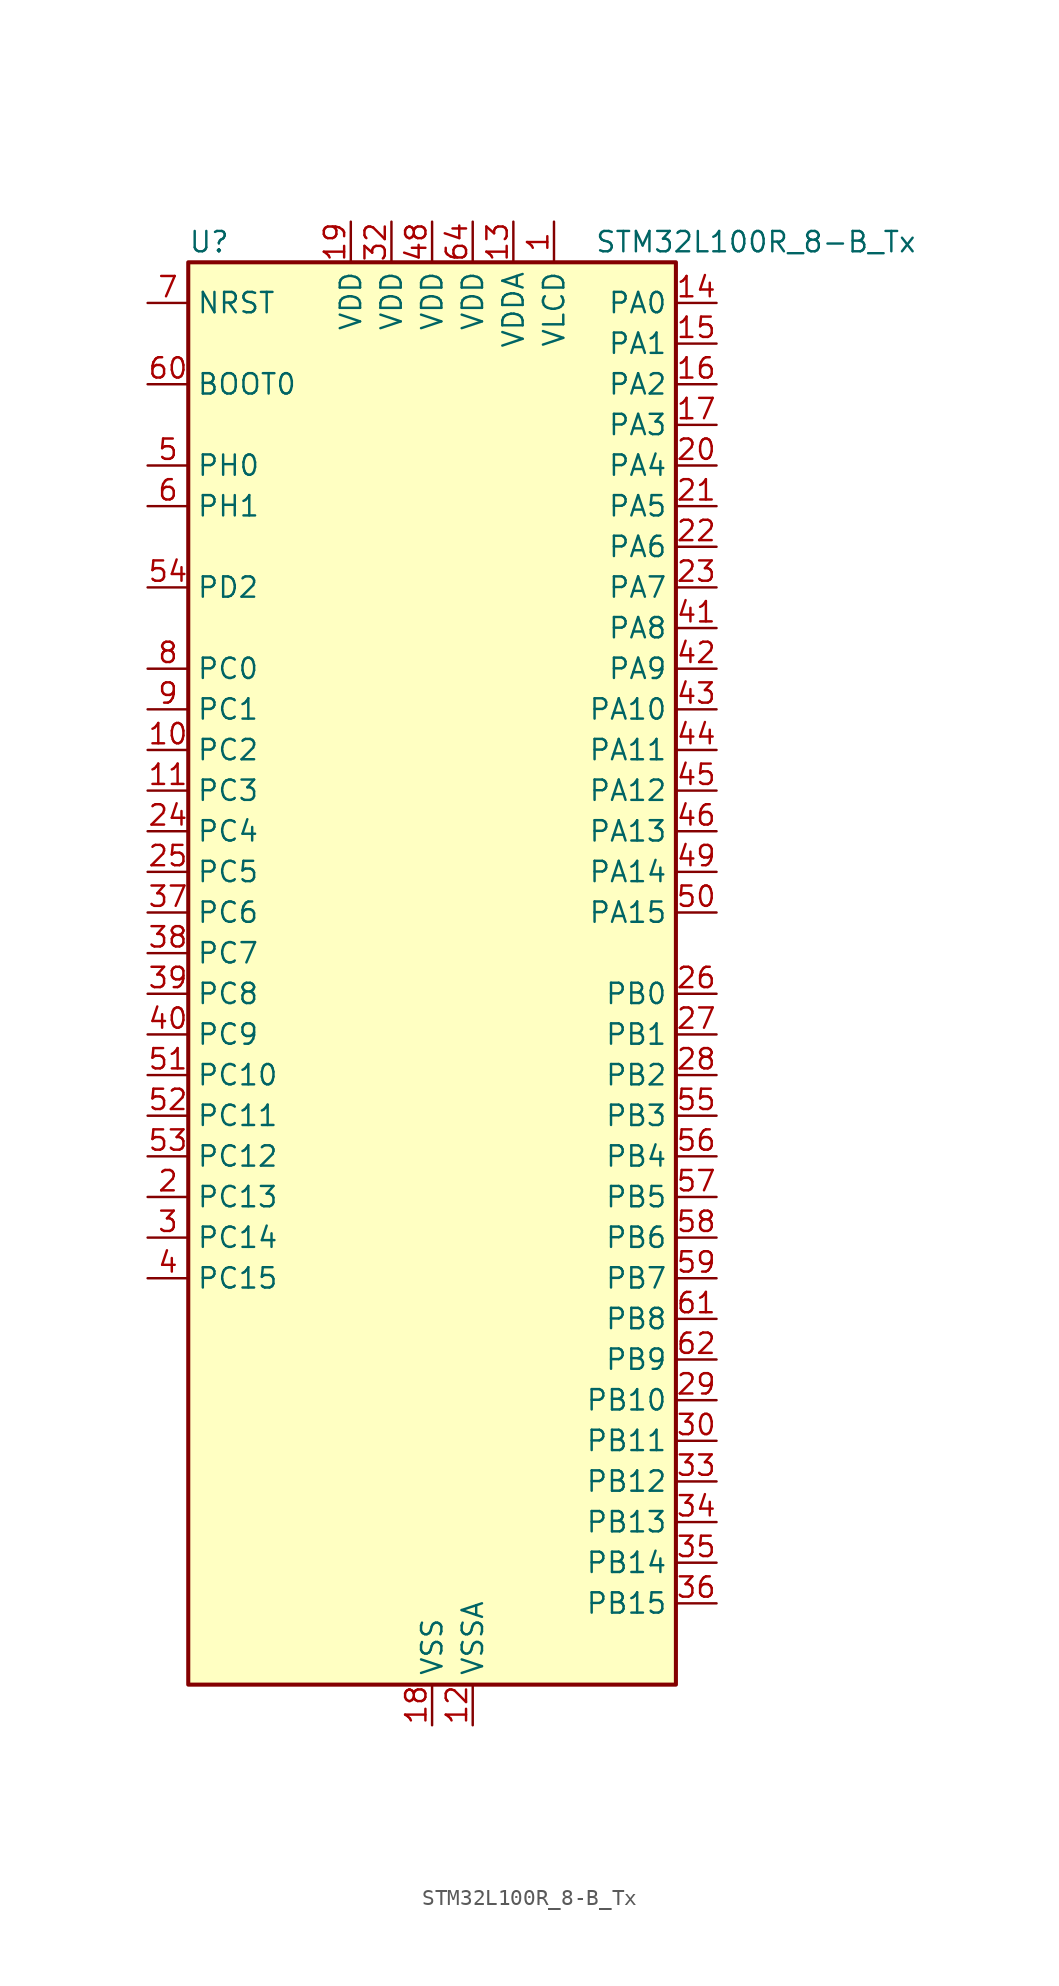
<source format=kicad_sym>
(kicad_symbol_lib
  (version 20220914)
  (generator kicad_symbol_editor)
  (symbol "STM32L100R_8-B_Tx"
    (property "Reference" "U"
      (at -15.24 46.99 0)
      (effects (font (size 1.27 1.27)) (justify left)))
    (property "Value" "STM32L100R_8-B_Tx"
      (at 10.16 46.99 0)
      (effects (font (size 1.27 1.27)) (justify left)))
    (property "ki_locked" ""
      (at 0 0 0)
      (effects (font (size 1.27 1.27))))
    (symbol "STM32L100R_8-B_Tx_0_1"
      (rectangle (start -15.24 -43.18) (end 15.24 45.72) (stroke (width 0.254) (type default)) (fill (type background))))
    (symbol "STM32L100R_8-B_Tx_1_1"
      (pin power_in line (at 7.62 48.26 270) (length 2.54) (name "VLCD" (effects (font (size 1.27 1.27)))) (number "1" (effects (font (size 1.27 1.27)))))
      (pin bidirectional line (at -17.78 15.24 0) (length 2.54) (name "PC2" (effects (font (size 1.27 1.27)))) (number "10" (effects (font (size 1.27 1.27)))) (alternate "ADC_IN12" bidirectional line) (alternate "COMP1_INP" bidirectional line) (alternate "LCD_SEG20" bidirectional line) (alternate "TIMX_IC3" bidirectional line))
      (pin bidirectional line (at -17.78 12.7 0) (length 2.54) (name "PC3" (effects (font (size 1.27 1.27)))) (number "11" (effects (font (size 1.27 1.27)))) (alternate "ADC_IN13" bidirectional line) (alternate "COMP1_INP" bidirectional line) (alternate "LCD_SEG21" bidirectional line) (alternate "TIMX_IC4" bidirectional line))
      (pin power_in line (at 2.54 -45.72 90) (length 2.54) (name "VSSA" (effects (font (size 1.27 1.27)))) (number "12" (effects (font (size 1.27 1.27)))))
      (pin power_in line (at 5.08 48.26 270) (length 2.54) (name "VDDA" (effects (font (size 1.27 1.27)))) (number "13" (effects (font (size 1.27 1.27)))))
      (pin bidirectional line (at 17.78 43.18 180) (length 2.54) (name "PA0" (effects (font (size 1.27 1.27)))) (number "14" (effects (font (size 1.27 1.27)))) (alternate "ADC_IN0" bidirectional line) (alternate "COMP1_INP" bidirectional line) (alternate "SYS_WKUP1" bidirectional line) (alternate "TIM2_CH1" bidirectional line) (alternate "TIM2_ETR" bidirectional line) (alternate "TIMX_IC1" bidirectional line) (alternate "USART2_CTS" bidirectional line))
      (pin bidirectional line (at 17.78 40.64 180) (length 2.54) (name "PA1" (effects (font (size 1.27 1.27)))) (number "15" (effects (font (size 1.27 1.27)))) (alternate "ADC_IN1" bidirectional line) (alternate "COMP1_INP" bidirectional line) (alternate "LCD_SEG0" bidirectional line) (alternate "TIM2_CH2" bidirectional line) (alternate "TIMX_IC2" bidirectional line) (alternate "USART2_RTS" bidirectional line))
      (pin bidirectional line (at 17.78 38.1 180) (length 2.54) (name "PA2" (effects (font (size 1.27 1.27)))) (number "16" (effects (font (size 1.27 1.27)))) (alternate "ADC_IN2" bidirectional line) (alternate "COMP1_INP" bidirectional line) (alternate "LCD_SEG1" bidirectional line) (alternate "TIM2_CH3" bidirectional line) (alternate "TIM9_CH1" bidirectional line) (alternate "TIMX_IC3" bidirectional line) (alternate "USART2_TX" bidirectional line))
      (pin bidirectional line (at 17.78 35.56 180) (length 2.54) (name "PA3" (effects (font (size 1.27 1.27)))) (number "17" (effects (font (size 1.27 1.27)))) (alternate "ADC_IN3" bidirectional line) (alternate "COMP1_INP" bidirectional line) (alternate "LCD_SEG2" bidirectional line) (alternate "TIM2_CH4" bidirectional line) (alternate "TIM9_CH2" bidirectional line) (alternate "TIMX_IC4" bidirectional line) (alternate "USART2_RX" bidirectional line))
      (pin power_in line (at 0 -45.72 90) (length 2.54) (name "VSS" (effects (font (size 1.27 1.27)))) (number "18" (effects (font (size 1.27 1.27)))))
      (pin power_in line (at -5.08 48.26 270) (length 2.54) (name "VDD" (effects (font (size 1.27 1.27)))) (number "19" (effects (font (size 1.27 1.27)))))
      (pin bidirectional line (at -17.78 -12.7 0) (length 2.54) (name "PC13" (effects (font (size 1.27 1.27)))) (number "2" (effects (font (size 1.27 1.27)))) (alternate "RTC_OUT_ALARM" bidirectional line) (alternate "RTC_OUT_CALIB" bidirectional line) (alternate "RTC_TAMP1" bidirectional line) (alternate "RTC_TS" bidirectional line) (alternate "SYS_WKUP2" bidirectional line) (alternate "TIMX_IC2" bidirectional line))
      (pin bidirectional line (at 17.78 33.02 180) (length 2.54) (name "PA4" (effects (font (size 1.27 1.27)))) (number "20" (effects (font (size 1.27 1.27)))) (alternate "ADC_IN4" bidirectional line) (alternate "COMP1_INP" bidirectional line) (alternate "DAC_OUT1" bidirectional line) (alternate "SPI1_NSS" bidirectional line) (alternate "TIMX_IC1" bidirectional line) (alternate "USART2_CK" bidirectional line))
      (pin bidirectional line (at 17.78 30.48 180) (length 2.54) (name "PA5" (effects (font (size 1.27 1.27)))) (number "21" (effects (font (size 1.27 1.27)))) (alternate "ADC_IN5" bidirectional line) (alternate "COMP1_INP" bidirectional line) (alternate "DAC_OUT2" bidirectional line) (alternate "SPI1_SCK" bidirectional line) (alternate "TIM2_CH1" bidirectional line) (alternate "TIM2_ETR" bidirectional line) (alternate "TIMX_IC2" bidirectional line))
      (pin bidirectional line (at 17.78 27.94 180) (length 2.54) (name "PA6" (effects (font (size 1.27 1.27)))) (number "22" (effects (font (size 1.27 1.27)))) (alternate "ADC_IN6" bidirectional line) (alternate "COMP1_INP" bidirectional line) (alternate "LCD_SEG3" bidirectional line) (alternate "SPI1_MISO" bidirectional line) (alternate "TIM10_CH1" bidirectional line) (alternate "TIM3_CH1" bidirectional line) (alternate "TIMX_IC3" bidirectional line))
      (pin bidirectional line (at 17.78 25.4 180) (length 2.54) (name "PA7" (effects (font (size 1.27 1.27)))) (number "23" (effects (font (size 1.27 1.27)))) (alternate "ADC_IN7" bidirectional line) (alternate "COMP1_INP" bidirectional line) (alternate "LCD_SEG4" bidirectional line) (alternate "SPI1_MOSI" bidirectional line) (alternate "TIM11_CH1" bidirectional line) (alternate "TIM3_CH2" bidirectional line) (alternate "TIMX_IC4" bidirectional line))
      (pin bidirectional line (at -17.78 10.16 0) (length 2.54) (name "PC4" (effects (font (size 1.27 1.27)))) (number "24" (effects (font (size 1.27 1.27)))) (alternate "ADC_IN14" bidirectional line) (alternate "COMP1_INP" bidirectional line) (alternate "LCD_SEG22" bidirectional line) (alternate "TIMX_IC1" bidirectional line))
      (pin bidirectional line (at -17.78 7.62 0) (length 2.54) (name "PC5" (effects (font (size 1.27 1.27)))) (number "25" (effects (font (size 1.27 1.27)))) (alternate "ADC_IN15" bidirectional line) (alternate "COMP1_INP" bidirectional line) (alternate "LCD_SEG23" bidirectional line) (alternate "TIMX_IC2" bidirectional line))
      (pin bidirectional line (at 17.78 0 180) (length 2.54) (name "PB0" (effects (font (size 1.27 1.27)))) (number "26" (effects (font (size 1.27 1.27)))) (alternate "ADC_IN8" bidirectional line) (alternate "COMP1_INP" bidirectional line) (alternate "LCD_SEG5" bidirectional line) (alternate "SYS_V_REF_OUT" bidirectional line) (alternate "TIM3_CH3" bidirectional line))
      (pin bidirectional line (at 17.78 -2.54 180) (length 2.54) (name "PB1" (effects (font (size 1.27 1.27)))) (number "27" (effects (font (size 1.27 1.27)))) (alternate "ADC_IN9" bidirectional line) (alternate "COMP1_INP" bidirectional line) (alternate "LCD_SEG6" bidirectional line) (alternate "SYS_V_REF_OUT" bidirectional line) (alternate "TIM3_CH4" bidirectional line))
      (pin bidirectional line (at 17.78 -5.08 180) (length 2.54) (name "PB2" (effects (font (size 1.27 1.27)))) (number "28" (effects (font (size 1.27 1.27)))))
      (pin bidirectional line (at 17.78 -25.4 180) (length 2.54) (name "PB10" (effects (font (size 1.27 1.27)))) (number "29" (effects (font (size 1.27 1.27)))) (alternate "I2C2_SCL" bidirectional line) (alternate "LCD_SEG10" bidirectional line) (alternate "TIM2_CH3" bidirectional line) (alternate "USART3_TX" bidirectional line))
      (pin bidirectional line (at -17.78 -15.24 0) (length 2.54) (name "PC14" (effects (font (size 1.27 1.27)))) (number "3" (effects (font (size 1.27 1.27)))) (alternate "RCC_OSC32_IN" bidirectional line) (alternate "TIMX_IC3" bidirectional line))
      (pin bidirectional line (at 17.78 -27.94 180) (length 2.54) (name "PB11" (effects (font (size 1.27 1.27)))) (number "30" (effects (font (size 1.27 1.27)))) (alternate "ADC_EXTI11" bidirectional line) (alternate "I2C2_SDA" bidirectional line) (alternate "LCD_SEG11" bidirectional line) (alternate "TIM2_CH4" bidirectional line) (alternate "USART3_RX" bidirectional line))
      (pin passive line (at 0 -45.72 90) (length 2.54) hide (name "VSS" (effects (font (size 1.27 1.27)))) (number "31" (effects (font (size 1.27 1.27)))))
      (pin power_in line (at -2.54 48.26 270) (length 2.54) (name "VDD" (effects (font (size 1.27 1.27)))) (number "32" (effects (font (size 1.27 1.27)))))
      (pin bidirectional line (at 17.78 -30.48 180) (length 2.54) (name "PB12" (effects (font (size 1.27 1.27)))) (number "33" (effects (font (size 1.27 1.27)))) (alternate "ADC_IN18" bidirectional line) (alternate "COMP1_INP" bidirectional line) (alternate "I2C2_SMBA" bidirectional line) (alternate "LCD_SEG12" bidirectional line) (alternate "SPI2_NSS" bidirectional line) (alternate "TIM10_CH1" bidirectional line) (alternate "USART3_CK" bidirectional line))
      (pin bidirectional line (at 17.78 -33.02 180) (length 2.54) (name "PB13" (effects (font (size 1.27 1.27)))) (number "34" (effects (font (size 1.27 1.27)))) (alternate "ADC_IN19" bidirectional line) (alternate "COMP1_INP" bidirectional line) (alternate "LCD_SEG13" bidirectional line) (alternate "SPI2_SCK" bidirectional line) (alternate "TIM9_CH1" bidirectional line) (alternate "USART3_CTS" bidirectional line))
      (pin bidirectional line (at 17.78 -35.56 180) (length 2.54) (name "PB14" (effects (font (size 1.27 1.27)))) (number "35" (effects (font (size 1.27 1.27)))) (alternate "ADC_IN20" bidirectional line) (alternate "COMP1_INP" bidirectional line) (alternate "LCD_SEG14" bidirectional line) (alternate "SPI2_MISO" bidirectional line) (alternate "TIM9_CH2" bidirectional line) (alternate "USART3_RTS" bidirectional line))
      (pin bidirectional line (at 17.78 -38.1 180) (length 2.54) (name "PB15" (effects (font (size 1.27 1.27)))) (number "36" (effects (font (size 1.27 1.27)))) (alternate "ADC_EXTI15" bidirectional line) (alternate "ADC_IN21" bidirectional line) (alternate "COMP1_INP" bidirectional line) (alternate "LCD_SEG15" bidirectional line) (alternate "RTC_REFIN" bidirectional line) (alternate "SPI2_MOSI" bidirectional line) (alternate "TIM11_CH1" bidirectional line))
      (pin bidirectional line (at -17.78 5.08 0) (length 2.54) (name "PC6" (effects (font (size 1.27 1.27)))) (number "37" (effects (font (size 1.27 1.27)))) (alternate "LCD_SEG24" bidirectional line) (alternate "TIM3_CH1" bidirectional line) (alternate "TIMX_IC3" bidirectional line))
      (pin bidirectional line (at -17.78 2.54 0) (length 2.54) (name "PC7" (effects (font (size 1.27 1.27)))) (number "38" (effects (font (size 1.27 1.27)))) (alternate "LCD_SEG25" bidirectional line) (alternate "TIM3_CH2" bidirectional line) (alternate "TIMX_IC4" bidirectional line))
      (pin bidirectional line (at -17.78 0 0) (length 2.54) (name "PC8" (effects (font (size 1.27 1.27)))) (number "39" (effects (font (size 1.27 1.27)))) (alternate "LCD_SEG26" bidirectional line) (alternate "TIM3_CH3" bidirectional line) (alternate "TIMX_IC1" bidirectional line))
      (pin bidirectional line (at -17.78 -17.78 0) (length 2.54) (name "PC15" (effects (font (size 1.27 1.27)))) (number "4" (effects (font (size 1.27 1.27)))) (alternate "ADC_EXTI15" bidirectional line) (alternate "RCC_OSC32_OUT" bidirectional line) (alternate "TIMX_IC4" bidirectional line))
      (pin bidirectional line (at -17.78 -2.54 0) (length 2.54) (name "PC9" (effects (font (size 1.27 1.27)))) (number "40" (effects (font (size 1.27 1.27)))) (alternate "DAC_EXTI9" bidirectional line) (alternate "LCD_SEG27" bidirectional line) (alternate "TIM3_CH4" bidirectional line) (alternate "TIMX_IC2" bidirectional line))
      (pin bidirectional line (at 17.78 22.86 180) (length 2.54) (name "PA8" (effects (font (size 1.27 1.27)))) (number "41" (effects (font (size 1.27 1.27)))) (alternate "LCD_COM0" bidirectional line) (alternate "RCC_MCO" bidirectional line) (alternate "TIMX_IC1" bidirectional line) (alternate "USART1_CK" bidirectional line))
      (pin bidirectional line (at 17.78 20.32 180) (length 2.54) (name "PA9" (effects (font (size 1.27 1.27)))) (number "42" (effects (font (size 1.27 1.27)))) (alternate "DAC_EXTI9" bidirectional line) (alternate "LCD_COM1" bidirectional line) (alternate "TIMX_IC2" bidirectional line) (alternate "USART1_TX" bidirectional line))
      (pin bidirectional line (at 17.78 17.78 180) (length 2.54) (name "PA10" (effects (font (size 1.27 1.27)))) (number "43" (effects (font (size 1.27 1.27)))) (alternate "LCD_COM2" bidirectional line) (alternate "TIMX_IC3" bidirectional line) (alternate "USART1_RX" bidirectional line))
      (pin bidirectional line (at 17.78 15.24 180) (length 2.54) (name "PA11" (effects (font (size 1.27 1.27)))) (number "44" (effects (font (size 1.27 1.27)))) (alternate "ADC_EXTI11" bidirectional line) (alternate "SPI1_MISO" bidirectional line) (alternate "TIMX_IC4" bidirectional line) (alternate "USART1_CTS" bidirectional line) (alternate "USB_DM" bidirectional line))
      (pin bidirectional line (at 17.78 12.7 180) (length 2.54) (name "PA12" (effects (font (size 1.27 1.27)))) (number "45" (effects (font (size 1.27 1.27)))) (alternate "SPI1_MOSI" bidirectional line) (alternate "TIMX_IC1" bidirectional line) (alternate "USART1_RTS" bidirectional line) (alternate "USB_DP" bidirectional line))
      (pin bidirectional line (at 17.78 10.16 180) (length 2.54) (name "PA13" (effects (font (size 1.27 1.27)))) (number "46" (effects (font (size 1.27 1.27)))) (alternate "SYS_JTMS-SWDIO" bidirectional line) (alternate "TIMX_IC2" bidirectional line))
      (pin passive line (at 0 -45.72 90) (length 2.54) hide (name "VSS" (effects (font (size 1.27 1.27)))) (number "47" (effects (font (size 1.27 1.27)))))
      (pin power_in line (at 0 48.26 270) (length 2.54) (name "VDD" (effects (font (size 1.27 1.27)))) (number "48" (effects (font (size 1.27 1.27)))))
      (pin bidirectional line (at 17.78 7.62 180) (length 2.54) (name "PA14" (effects (font (size 1.27 1.27)))) (number "49" (effects (font (size 1.27 1.27)))) (alternate "SYS_JTCK-SWCLK" bidirectional line) (alternate "TIMX_IC3" bidirectional line))
      (pin bidirectional line (at -17.78 33.02 0) (length 2.54) (name "PH0" (effects (font (size 1.27 1.27)))) (number "5" (effects (font (size 1.27 1.27)))) (alternate "RCC_OSC_IN" bidirectional line))
      (pin bidirectional line (at 17.78 5.08 180) (length 2.54) (name "PA15" (effects (font (size 1.27 1.27)))) (number "50" (effects (font (size 1.27 1.27)))) (alternate "ADC_EXTI15" bidirectional line) (alternate "LCD_SEG17" bidirectional line) (alternate "SPI1_NSS" bidirectional line) (alternate "SYS_JTDI" bidirectional line) (alternate "TIM2_CH1" bidirectional line) (alternate "TIM2_ETR" bidirectional line) (alternate "TIMX_IC4" bidirectional line))
      (pin bidirectional line (at -17.78 -5.08 0) (length 2.54) (name "PC10" (effects (font (size 1.27 1.27)))) (number "51" (effects (font (size 1.27 1.27)))) (alternate "LCD_COM4" bidirectional line) (alternate "LCD_SEG28" bidirectional line) (alternate "TIMX_IC3" bidirectional line) (alternate "USART3_TX" bidirectional line))
      (pin bidirectional line (at -17.78 -7.62 0) (length 2.54) (name "PC11" (effects (font (size 1.27 1.27)))) (number "52" (effects (font (size 1.27 1.27)))) (alternate "ADC_EXTI11" bidirectional line) (alternate "LCD_COM5" bidirectional line) (alternate "LCD_SEG29" bidirectional line) (alternate "TIMX_IC4" bidirectional line) (alternate "USART3_RX" bidirectional line))
      (pin bidirectional line (at -17.78 -10.16 0) (length 2.54) (name "PC12" (effects (font (size 1.27 1.27)))) (number "53" (effects (font (size 1.27 1.27)))) (alternate "LCD_COM6" bidirectional line) (alternate "LCD_SEG30" bidirectional line) (alternate "TIMX_IC1" bidirectional line) (alternate "USART3_CK" bidirectional line))
      (pin bidirectional line (at -17.78 25.4 0) (length 2.54) (name "PD2" (effects (font (size 1.27 1.27)))) (number "54" (effects (font (size 1.27 1.27)))) (alternate "LCD_COM7" bidirectional line) (alternate "LCD_SEG31" bidirectional line) (alternate "TIM3_ETR" bidirectional line) (alternate "TIMX_IC3" bidirectional line))
      (pin bidirectional line (at 17.78 -7.62 180) (length 2.54) (name "PB3" (effects (font (size 1.27 1.27)))) (number "55" (effects (font (size 1.27 1.27)))) (alternate "COMP2_INM" bidirectional line) (alternate "LCD_SEG7" bidirectional line) (alternate "SPI1_SCK" bidirectional line) (alternate "SYS_JTDO-TRACESWO" bidirectional line) (alternate "TIM2_CH2" bidirectional line))
      (pin bidirectional line (at 17.78 -10.16 180) (length 2.54) (name "PB4" (effects (font (size 1.27 1.27)))) (number "56" (effects (font (size 1.27 1.27)))) (alternate "COMP2_INP" bidirectional line) (alternate "LCD_SEG8" bidirectional line) (alternate "SPI1_MISO" bidirectional line) (alternate "SYS_JTRST" bidirectional line) (alternate "TIM3_CH1" bidirectional line))
      (pin bidirectional line (at 17.78 -12.7 180) (length 2.54) (name "PB5" (effects (font (size 1.27 1.27)))) (number "57" (effects (font (size 1.27 1.27)))) (alternate "COMP2_INP" bidirectional line) (alternate "I2C1_SMBA" bidirectional line) (alternate "LCD_SEG9" bidirectional line) (alternate "SPI1_MOSI" bidirectional line) (alternate "TIM3_CH2" bidirectional line))
      (pin bidirectional line (at 17.78 -15.24 180) (length 2.54) (name "PB6" (effects (font (size 1.27 1.27)))) (number "58" (effects (font (size 1.27 1.27)))) (alternate "I2C1_SCL" bidirectional line) (alternate "TIM4_CH1" bidirectional line) (alternate "USART1_TX" bidirectional line))
      (pin bidirectional line (at 17.78 -17.78 180) (length 2.54) (name "PB7" (effects (font (size 1.27 1.27)))) (number "59" (effects (font (size 1.27 1.27)))) (alternate "I2C1_SDA" bidirectional line) (alternate "SYS_PVD_IN" bidirectional line) (alternate "TIM4_CH2" bidirectional line) (alternate "USART1_RX" bidirectional line))
      (pin bidirectional line (at -17.78 30.48 0) (length 2.54) (name "PH1" (effects (font (size 1.27 1.27)))) (number "6" (effects (font (size 1.27 1.27)))) (alternate "RCC_OSC_OUT" bidirectional line))
      (pin input line (at -17.78 38.1 0) (length 2.54) (name "BOOT0" (effects (font (size 1.27 1.27)))) (number "60" (effects (font (size 1.27 1.27)))))
      (pin bidirectional line (at 17.78 -20.32 180) (length 2.54) (name "PB8" (effects (font (size 1.27 1.27)))) (number "61" (effects (font (size 1.27 1.27)))) (alternate "I2C1_SCL" bidirectional line) (alternate "LCD_SEG16" bidirectional line) (alternate "TIM10_CH1" bidirectional line) (alternate "TIM4_CH3" bidirectional line))
      (pin bidirectional line (at 17.78 -22.86 180) (length 2.54) (name "PB9" (effects (font (size 1.27 1.27)))) (number "62" (effects (font (size 1.27 1.27)))) (alternate "DAC_EXTI9" bidirectional line) (alternate "I2C1_SDA" bidirectional line) (alternate "LCD_COM3" bidirectional line) (alternate "TIM11_CH1" bidirectional line) (alternate "TIM4_CH4" bidirectional line))
      (pin passive line (at 0 -45.72 90) (length 2.54) hide (name "VSS" (effects (font (size 1.27 1.27)))) (number "63" (effects (font (size 1.27 1.27)))))
      (pin power_in line (at 2.54 48.26 270) (length 2.54) (name "VDD" (effects (font (size 1.27 1.27)))) (number "64" (effects (font (size 1.27 1.27)))))
      (pin input line (at -17.78 43.18 0) (length 2.54) (name "NRST" (effects (font (size 1.27 1.27)))) (number "7" (effects (font (size 1.27 1.27)))))
      (pin bidirectional line (at -17.78 20.32 0) (length 2.54) (name "PC0" (effects (font (size 1.27 1.27)))) (number "8" (effects (font (size 1.27 1.27)))) (alternate "ADC_IN10" bidirectional line) (alternate "COMP1_INP" bidirectional line) (alternate "LCD_SEG18" bidirectional line) (alternate "TIMX_IC1" bidirectional line))
      (pin bidirectional line (at -17.78 17.78 0) (length 2.54) (name "PC1" (effects (font (size 1.27 1.27)))) (number "9" (effects (font (size 1.27 1.27)))) (alternate "ADC_IN11" bidirectional line) (alternate "COMP1_INP" bidirectional line) (alternate "LCD_SEG19" bidirectional line) (alternate "TIMX_IC2" bidirectional line)))))
</source>
